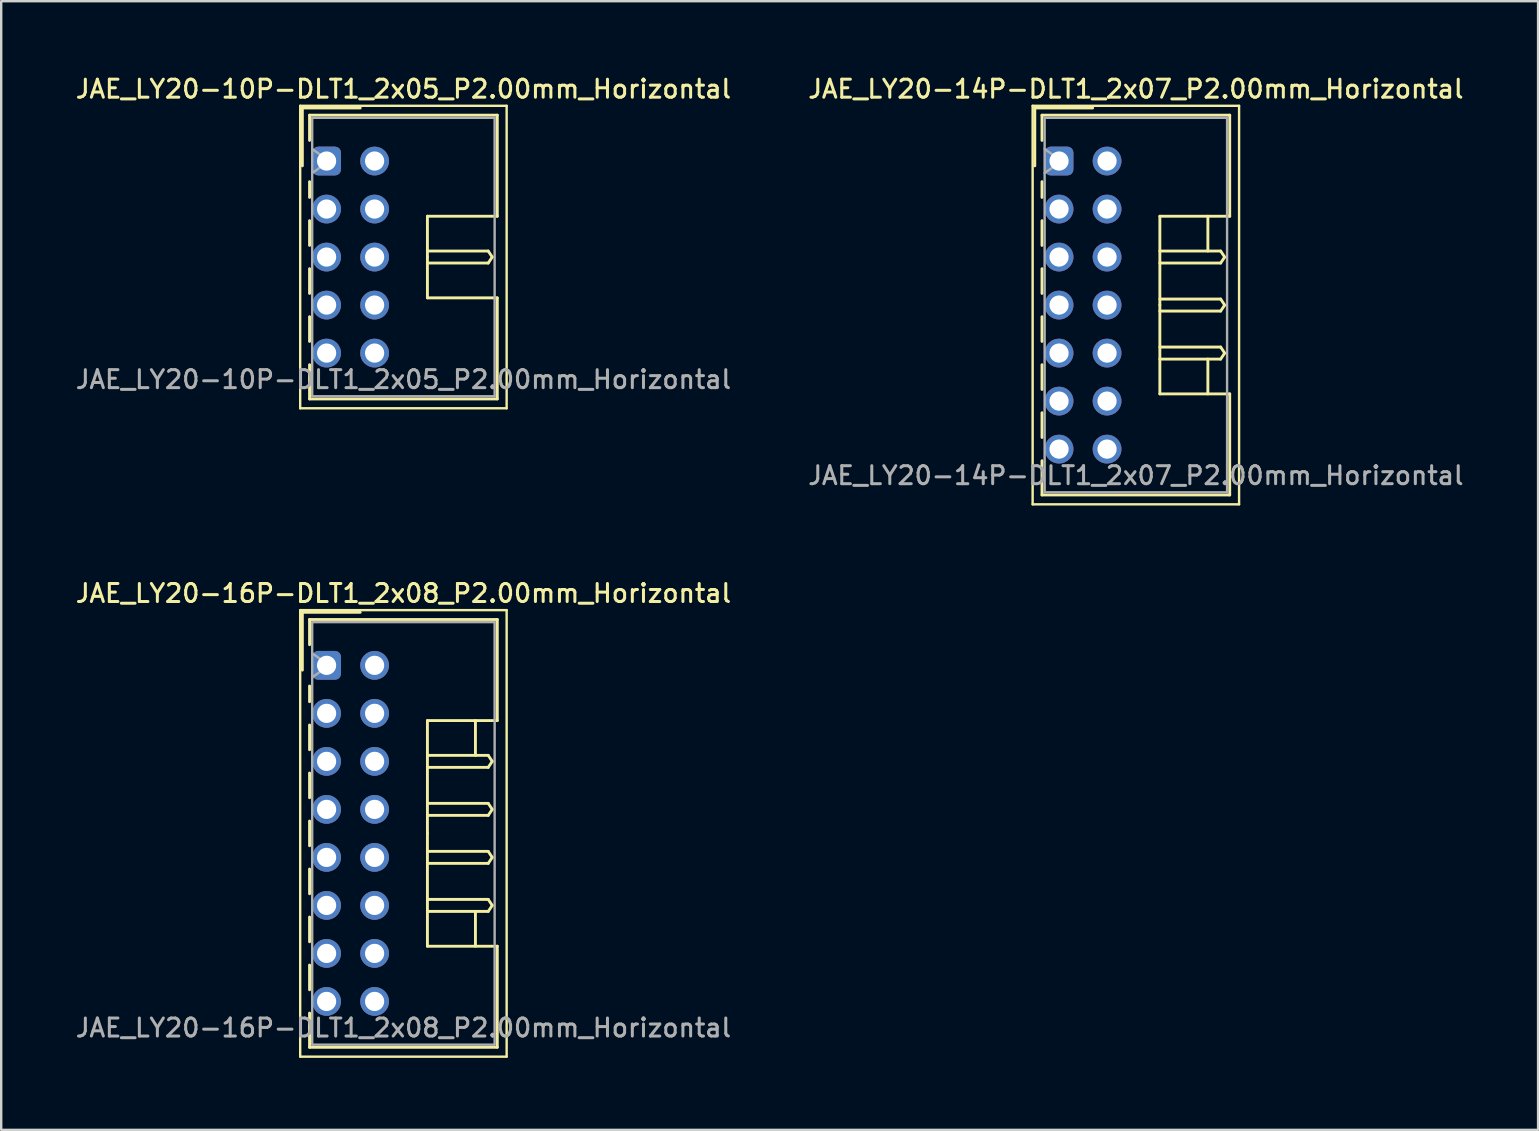
<source format=kicad_pcb>
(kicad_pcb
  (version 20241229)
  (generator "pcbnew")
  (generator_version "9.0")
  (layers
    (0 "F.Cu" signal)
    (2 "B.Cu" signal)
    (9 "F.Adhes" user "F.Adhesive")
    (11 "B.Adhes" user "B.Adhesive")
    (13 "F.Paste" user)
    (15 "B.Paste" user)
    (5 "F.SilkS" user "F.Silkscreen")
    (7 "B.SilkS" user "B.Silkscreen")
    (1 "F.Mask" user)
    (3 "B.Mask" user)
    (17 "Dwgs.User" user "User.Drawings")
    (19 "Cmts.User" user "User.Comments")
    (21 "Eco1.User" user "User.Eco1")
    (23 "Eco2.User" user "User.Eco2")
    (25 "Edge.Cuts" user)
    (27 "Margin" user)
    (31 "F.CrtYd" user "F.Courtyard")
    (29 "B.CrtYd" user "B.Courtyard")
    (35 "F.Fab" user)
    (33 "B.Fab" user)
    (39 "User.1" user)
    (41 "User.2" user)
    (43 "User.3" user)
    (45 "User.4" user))
  (footprint "JAE_LY20-10P-DLT1_2x05_P2.00mm_Horizontal"
    (layer "F.Cu")
    (at 10.555 3.658)
    (property "Reference" "JAE_LY20-10P-DLT1_2x05_P2.00mm_Horizontal" (at 3.2 -3 0) (layer "F.SilkS") (effects (font (size 0.75 0.75) (thickness 0.125))))
    (attr through_hole)
    (fp_line (start -1.1 -2.3) (end -1.1 10.3) (stroke (width 0.1) (type solid)) (layer "F.SilkS"))
    (fp_line (start -1.1 10.3) (end 7.5 10.3) (stroke (width 0.1) (type solid)) (layer "F.SilkS"))
    (fp_line (start -1.01 -2.21) (end -1.01 0.2) (stroke (width 0.12) (type solid)) (layer "F.SilkS"))
    (fp_line (start -0.71 -1.91) (end -0.71 -0.86) (stroke (width 0.12) (type solid)) (layer "F.SilkS"))
    (fp_line (start -0.71 -1.91) (end 7.11 -1.91) (stroke (width 0.12) (type solid)) (layer "F.SilkS"))
    (fp_line (start -0.71 0.86) (end -0.71 1.515) (stroke (width 0.12) (type solid)) (layer "F.SilkS"))
    (fp_line (start -0.71 2.485) (end -0.71 3.515) (stroke (width 0.12) (type solid)) (layer "F.SilkS"))
    (fp_line (start -0.71 4.485) (end -0.71 5.515) (stroke (width 0.12) (type solid)) (layer "F.SilkS"))
    (fp_line (start -0.71 6.485) (end -0.71 7.515) (stroke (width 0.12) (type solid)) (layer "F.SilkS"))
    (fp_line (start -0.71 8.485) (end -0.71 9.91) (stroke (width 0.12) (type solid)) (layer "F.SilkS"))
    (fp_line (start -0.71 9.91) (end 7.11 9.91) (stroke (width 0.12) (type solid)) (layer "F.SilkS"))
    (fp_line (start 1.4 -2.21) (end -1.01 -2.21) (stroke (width 0.12) (type solid)) (layer "F.SilkS"))
    (fp_line (start 4.2 2.3) (end 4.2 4) (stroke (width 0.12) (type solid)) (layer "F.SilkS"))
    (fp_line (start 4.2 3.75) (end 6.733 3.75) (stroke (width 0.12) (type solid)) (layer "F.SilkS"))
    (fp_line (start 4.2 5.7) (end 4.2 4) (stroke (width 0.12) (type solid)) (layer "F.SilkS"))
    (fp_line (start 6.733 3.75) (end 6.9 4) (stroke (width 0.12) (type solid)) (layer "F.SilkS"))
    (fp_line (start 6.733 4.25) (end 4.2 4.25) (stroke (width 0.12) (type solid)) (layer "F.SilkS"))
    (fp_line (start 6.9 4) (end 6.733 4.25) (stroke (width 0.12) (type solid)) (layer "F.SilkS"))
    (fp_line (start 7.11 -1.91) (end 7.11 2.3) (stroke (width 0.12) (type solid)) (layer "F.SilkS"))
    (fp_line (start 7.11 2.3) (end 4.2 2.3) (stroke (width 0.12) (type solid)) (layer "F.SilkS"))
    (fp_line (start 7.11 5.7) (end 4.2 5.7) (stroke (width 0.12) (type solid)) (layer "F.SilkS"))
    (fp_line (start 7.11 9.91) (end 7.11 5.7) (stroke (width 0.12) (type solid)) (layer "F.SilkS"))
    (fp_line (start 7.5 -2.3) (end -1.1 -2.3) (stroke (width 0.1) (type solid)) (layer "F.SilkS"))
    (fp_line (start 7.5 10.3) (end 7.5 -2.3) (stroke (width 0.1) (type solid)) (layer "F.SilkS"))
    (fp_line (start -0.6 -1.8) (end -0.6 9.8) (stroke (width 0.1) (type solid)) (layer "F.Fab"))
    (fp_line (start -0.6 0.5) (end 0.107 0) (stroke (width 0.1) (type solid)) (layer "F.Fab"))
    (fp_line (start -0.6 9.8) (end 7 9.8) (stroke (width 0.1) (type solid)) (layer "F.Fab"))
    (fp_line (start 0.107 0) (end -0.6 -0.5) (stroke (width 0.1) (type solid)) (layer "F.Fab"))
    (fp_line (start 7 -1.8) (end -0.6 -1.8) (stroke (width 0.1) (type solid)) (layer "F.Fab"))
    (fp_line (start 7 9.8) (end 7 -1.8) (stroke (width 0.1) (type solid)) (layer "F.Fab"))
    (fp_text user "${REFERENCE}" (at 3.2 9.1 0) (layer "F.Fab") (effects (font (size 0.75 0.75) (thickness 0.125))))
    (pad "a1" thru_hole roundrect (at 0 0) (size 1.2 1.2) (drill 0.8) (layers "*.Cu" "*.Mask") (roundrect_rratio 0.208))
    (pad "a2" thru_hole circle (at 0 2) (size 1.2 1.2) (drill 0.8) (layers "*.Cu" "*.Mask"))
    (pad "a3" thru_hole circle (at 0 4) (size 1.2 1.2) (drill 0.8) (layers "*.Cu" "*.Mask"))
    (pad "a4" thru_hole circle (at 0 6) (size 1.2 1.2) (drill 0.8) (layers "*.Cu" "*.Mask"))
    (pad "a5" thru_hole circle (at 0 8) (size 1.2 1.2) (drill 0.8) (layers "*.Cu" "*.Mask"))
    (pad "b1" thru_hole circle (at 2 0) (size 1.2 1.2) (drill 0.8) (layers "*.Cu" "*.Mask"))
    (pad "b2" thru_hole circle (at 2 2) (size 1.2 1.2) (drill 0.8) (layers "*.Cu" "*.Mask"))
    (pad "b3" thru_hole circle (at 2 4) (size 1.2 1.2) (drill 0.8) (layers "*.Cu" "*.Mask"))
    (pad "b4" thru_hole circle (at 2 6) (size 1.2 1.2) (drill 0.8) (layers "*.Cu" "*.Mask"))
    (pad "b5" thru_hole circle (at 2 8) (size 1.2 1.2) (drill 0.8) (layers "*.Cu" "*.Mask")))
  (footprint "JAE_LY20-16P-DLT1_2x08_P2.00mm_Horizontal"
    (layer "F.Cu")
    (at 10.555 24.666)
    (property "Reference" "JAE_LY20-16P-DLT1_2x08_P2.00mm_Horizontal" (at 3.2 -3 0) (layer "F.SilkS") (effects (font (size 0.75 0.75) (thickness 0.125))))
    (attr through_hole)
    (fp_line (start -1.1 -2.3) (end -1.1 16.3) (stroke (width 0.1) (type solid)) (layer "F.SilkS"))
    (fp_line (start -1.1 16.3) (end 7.5 16.3) (stroke (width 0.1) (type solid)) (layer "F.SilkS"))
    (fp_line (start -1.01 -2.21) (end -1.01 0.2) (stroke (width 0.12) (type solid)) (layer "F.SilkS"))
    (fp_line (start -0.71 -1.91) (end -0.71 -0.86) (stroke (width 0.12) (type solid)) (layer "F.SilkS"))
    (fp_line (start -0.71 -1.91) (end 7.11 -1.91) (stroke (width 0.12) (type solid)) (layer "F.SilkS"))
    (fp_line (start -0.71 0.86) (end -0.71 1.515) (stroke (width 0.12) (type solid)) (layer "F.SilkS"))
    (fp_line (start -0.71 2.485) (end -0.71 3.515) (stroke (width 0.12) (type solid)) (layer "F.SilkS"))
    (fp_line (start -0.71 4.485) (end -0.71 5.515) (stroke (width 0.12) (type solid)) (layer "F.SilkS"))
    (fp_line (start -0.71 6.485) (end -0.71 7.515) (stroke (width 0.12) (type solid)) (layer "F.SilkS"))
    (fp_line (start -0.71 8.485) (end -0.71 9.515) (stroke (width 0.12) (type solid)) (layer "F.SilkS"))
    (fp_line (start -0.71 10.485) (end -0.71 11.515) (stroke (width 0.12) (type solid)) (layer "F.SilkS"))
    (fp_line (start -0.71 12.485) (end -0.71 13.515) (stroke (width 0.12) (type solid)) (layer "F.SilkS"))
    (fp_line (start -0.71 14.485) (end -0.71 15.91) (stroke (width 0.12) (type solid)) (layer "F.SilkS"))
    (fp_line (start -0.71 15.91) (end 7.11 15.91) (stroke (width 0.12) (type solid)) (layer "F.SilkS"))
    (fp_line (start 1.4 -2.21) (end -1.01 -2.21) (stroke (width 0.12) (type solid)) (layer "F.SilkS"))
    (fp_line (start 4.2 2.3) (end 4.2 7) (stroke (width 0.12) (type solid)) (layer "F.SilkS"))
    (fp_line (start 4.2 3.75) (end 6.733 3.75) (stroke (width 0.12) (type solid)) (layer "F.SilkS"))
    (fp_line (start 4.2 5.75) (end 6.733 5.75) (stroke (width 0.12) (type solid)) (layer "F.SilkS"))
    (fp_line (start 4.2 7.75) (end 6.733 7.75) (stroke (width 0.12) (type solid)) (layer "F.SilkS"))
    (fp_line (start 4.2 9.75) (end 6.733 9.75) (stroke (width 0.12) (type solid)) (layer "F.SilkS"))
    (fp_line (start 4.2 11.7) (end 4.2 7) (stroke (width 0.12) (type solid)) (layer "F.SilkS"))
    (fp_line (start 6.2 2.3) (end 6.2 3.75) (stroke (width 0.12) (type solid)) (layer "F.SilkS"))
    (fp_line (start 6.2 11.7) (end 6.2 10.25) (stroke (width 0.12) (type solid)) (layer "F.SilkS"))
    (fp_line (start 6.733 3.75) (end 6.9 4) (stroke (width 0.12) (type solid)) (layer "F.SilkS"))
    (fp_line (start 6.733 4.25) (end 4.2 4.25) (stroke (width 0.12) (type solid)) (layer "F.SilkS"))
    (fp_line (start 6.733 5.75) (end 6.9 6) (stroke (width 0.12) (type solid)) (layer "F.SilkS"))
    (fp_line (start 6.733 6.25) (end 4.2 6.25) (stroke (width 0.12) (type solid)) (layer "F.SilkS"))
    (fp_line (start 6.733 7.75) (end 6.9 8) (stroke (width 0.12) (type solid)) (layer "F.SilkS"))
    (fp_line (start 6.733 8.25) (end 4.2 8.25) (stroke (width 0.12) (type solid)) (layer "F.SilkS"))
    (fp_line (start 6.733 9.75) (end 6.9 10) (stroke (width 0.12) (type solid)) (layer "F.SilkS"))
    (fp_line (start 6.733 10.25) (end 4.2 10.25) (stroke (width 0.12) (type solid)) (layer "F.SilkS"))
    (fp_line (start 6.9 4) (end 6.733 4.25) (stroke (width 0.12) (type solid)) (layer "F.SilkS"))
    (fp_line (start 6.9 6) (end 6.733 6.25) (stroke (width 0.12) (type solid)) (layer "F.SilkS"))
    (fp_line (start 6.9 8) (end 6.733 8.25) (stroke (width 0.12) (type solid)) (layer "F.SilkS"))
    (fp_line (start 6.9 10) (end 6.733 10.25) (stroke (width 0.12) (type solid)) (layer "F.SilkS"))
    (fp_line (start 7.11 -1.91) (end 7.11 2.3) (stroke (width 0.12) (type solid)) (layer "F.SilkS"))
    (fp_line (start 7.11 2.3) (end 4.2 2.3) (stroke (width 0.12) (type solid)) (layer "F.SilkS"))
    (fp_line (start 7.11 11.7) (end 4.2 11.7) (stroke (width 0.12) (type solid)) (layer "F.SilkS"))
    (fp_line (start 7.11 15.91) (end 7.11 11.7) (stroke (width 0.12) (type solid)) (layer "F.SilkS"))
    (fp_line (start 7.5 -2.3) (end -1.1 -2.3) (stroke (width 0.1) (type solid)) (layer "F.SilkS"))
    (fp_line (start 7.5 16.3) (end 7.5 -2.3) (stroke (width 0.1) (type solid)) (layer "F.SilkS"))
    (fp_line (start -0.6 -1.8) (end -0.6 15.8) (stroke (width 0.1) (type solid)) (layer "F.Fab"))
    (fp_line (start -0.6 0.5) (end 0.107 0) (stroke (width 0.1) (type solid)) (layer "F.Fab"))
    (fp_line (start -0.6 15.8) (end 7 15.8) (stroke (width 0.1) (type solid)) (layer "F.Fab"))
    (fp_line (start 0.107 0) (end -0.6 -0.5) (stroke (width 0.1) (type solid)) (layer "F.Fab"))
    (fp_line (start 7 -1.8) (end -0.6 -1.8) (stroke (width 0.1) (type solid)) (layer "F.Fab"))
    (fp_line (start 7 15.8) (end 7 -1.8) (stroke (width 0.1) (type solid)) (layer "F.Fab"))
    (fp_text user "${REFERENCE}" (at 3.2 15.1 0) (layer "F.Fab") (effects (font (size 0.75 0.75) (thickness 0.125))))
    (pad "a1" thru_hole roundrect (at 0 0) (size 1.2 1.2) (drill 0.8) (layers "*.Cu" "*.Mask") (roundrect_rratio 0.208))
    (pad "a2" thru_hole circle (at 0 2) (size 1.2 1.2) (drill 0.8) (layers "*.Cu" "*.Mask"))
    (pad "a3" thru_hole circle (at 0 4) (size 1.2 1.2) (drill 0.8) (layers "*.Cu" "*.Mask"))
    (pad "a4" thru_hole circle (at 0 6) (size 1.2 1.2) (drill 0.8) (layers "*.Cu" "*.Mask"))
    (pad "a5" thru_hole circle (at 0 8) (size 1.2 1.2) (drill 0.8) (layers "*.Cu" "*.Mask"))
    (pad "a6" thru_hole circle (at 0 10) (size 1.2 1.2) (drill 0.8) (layers "*.Cu" "*.Mask"))
    (pad "a7" thru_hole circle (at 0 12) (size 1.2 1.2) (drill 0.8) (layers "*.Cu" "*.Mask"))
    (pad "a8" thru_hole circle (at 0 14) (size 1.2 1.2) (drill 0.8) (layers "*.Cu" "*.Mask"))
    (pad "b1" thru_hole circle (at 2 0) (size 1.2 1.2) (drill 0.8) (layers "*.Cu" "*.Mask"))
    (pad "b2" thru_hole circle (at 2 2) (size 1.2 1.2) (drill 0.8) (layers "*.Cu" "*.Mask"))
    (pad "b3" thru_hole circle (at 2 4) (size 1.2 1.2) (drill 0.8) (layers "*.Cu" "*.Mask"))
    (pad "b4" thru_hole circle (at 2 6) (size 1.2 1.2) (drill 0.8) (layers "*.Cu" "*.Mask"))
    (pad "b5" thru_hole circle (at 2 8) (size 1.2 1.2) (drill 0.8) (layers "*.Cu" "*.Mask"))
    (pad "b6" thru_hole circle (at 2 10) (size 1.2 1.2) (drill 0.8) (layers "*.Cu" "*.Mask"))
    (pad "b7" thru_hole circle (at 2 12) (size 1.2 1.2) (drill 0.8) (layers "*.Cu" "*.Mask"))
    (pad "b8" thru_hole circle (at 2 14) (size 1.2 1.2) (drill 0.8) (layers "*.Cu" "*.Mask")))
  (footprint "JAE_LY20-14P-DLT1_2x07_P2.00mm_Horizontal"
    (layer "F.Cu")
    (at 41.066 3.658)
    (property "Reference" "JAE_LY20-14P-DLT1_2x07_P2.00mm_Horizontal" (at 3.2 -3 0) (layer "F.SilkS") (effects (font (size 0.75 0.75) (thickness 0.125))))
    (attr through_hole)
    (fp_line (start -1.1 -2.3) (end -1.1 14.3) (stroke (width 0.1) (type solid)) (layer "F.SilkS"))
    (fp_line (start -1.1 14.3) (end 7.5 14.3) (stroke (width 0.1) (type solid)) (layer "F.SilkS"))
    (fp_line (start -1.01 -2.21) (end -1.01 0.2) (stroke (width 0.12) (type solid)) (layer "F.SilkS"))
    (fp_line (start -0.71 -1.91) (end -0.71 -0.86) (stroke (width 0.12) (type solid)) (layer "F.SilkS"))
    (fp_line (start -0.71 -1.91) (end 7.11 -1.91) (stroke (width 0.12) (type solid)) (layer "F.SilkS"))
    (fp_line (start -0.71 0.86) (end -0.71 1.515) (stroke (width 0.12) (type solid)) (layer "F.SilkS"))
    (fp_line (start -0.71 2.485) (end -0.71 3.515) (stroke (width 0.12) (type solid)) (layer "F.SilkS"))
    (fp_line (start -0.71 4.485) (end -0.71 5.515) (stroke (width 0.12) (type solid)) (layer "F.SilkS"))
    (fp_line (start -0.71 6.485) (end -0.71 7.515) (stroke (width 0.12) (type solid)) (layer "F.SilkS"))
    (fp_line (start -0.71 8.485) (end -0.71 9.515) (stroke (width 0.12) (type solid)) (layer "F.SilkS"))
    (fp_line (start -0.71 10.485) (end -0.71 11.515) (stroke (width 0.12) (type solid)) (layer "F.SilkS"))
    (fp_line (start -0.71 12.485) (end -0.71 13.91) (stroke (width 0.12) (type solid)) (layer "F.SilkS"))
    (fp_line (start -0.71 13.91) (end 7.11 13.91) (stroke (width 0.12) (type solid)) (layer "F.SilkS"))
    (fp_line (start 1.4 -2.21) (end -1.01 -2.21) (stroke (width 0.12) (type solid)) (layer "F.SilkS"))
    (fp_line (start 4.2 2.3) (end 4.2 6) (stroke (width 0.12) (type solid)) (layer "F.SilkS"))
    (fp_line (start 4.2 3.75) (end 6.733 3.75) (stroke (width 0.12) (type solid)) (layer "F.SilkS"))
    (fp_line (start 4.2 5.75) (end 6.733 5.75) (stroke (width 0.12) (type solid)) (layer "F.SilkS"))
    (fp_line (start 4.2 7.75) (end 6.733 7.75) (stroke (width 0.12) (type solid)) (layer "F.SilkS"))
    (fp_line (start 4.2 9.7) (end 4.2 6) (stroke (width 0.12) (type solid)) (layer "F.SilkS"))
    (fp_line (start 6.2 2.3) (end 6.2 3.75) (stroke (width 0.12) (type solid)) (layer "F.SilkS"))
    (fp_line (start 6.2 9.7) (end 6.2 8.25) (stroke (width 0.12) (type solid)) (layer "F.SilkS"))
    (fp_line (start 6.733 3.75) (end 6.9 4) (stroke (width 0.12) (type solid)) (layer "F.SilkS"))
    (fp_line (start 6.733 4.25) (end 4.2 4.25) (stroke (width 0.12) (type solid)) (layer "F.SilkS"))
    (fp_line (start 6.733 5.75) (end 6.9 6) (stroke (width 0.12) (type solid)) (layer "F.SilkS"))
    (fp_line (start 6.733 6.25) (end 4.2 6.25) (stroke (width 0.12) (type solid)) (layer "F.SilkS"))
    (fp_line (start 6.733 7.75) (end 6.9 8) (stroke (width 0.12) (type solid)) (layer "F.SilkS"))
    (fp_line (start 6.733 8.25) (end 4.2 8.25) (stroke (width 0.12) (type solid)) (layer "F.SilkS"))
    (fp_line (start 6.9 4) (end 6.733 4.25) (stroke (width 0.12) (type solid)) (layer "F.SilkS"))
    (fp_line (start 6.9 6) (end 6.733 6.25) (stroke (width 0.12) (type solid)) (layer "F.SilkS"))
    (fp_line (start 6.9 8) (end 6.733 8.25) (stroke (width 0.12) (type solid)) (layer "F.SilkS"))
    (fp_line (start 7.11 -1.91) (end 7.11 2.3) (stroke (width 0.12) (type solid)) (layer "F.SilkS"))
    (fp_line (start 7.11 2.3) (end 4.2 2.3) (stroke (width 0.12) (type solid)) (layer "F.SilkS"))
    (fp_line (start 7.11 9.7) (end 4.2 9.7) (stroke (width 0.12) (type solid)) (layer "F.SilkS"))
    (fp_line (start 7.11 13.91) (end 7.11 9.7) (stroke (width 0.12) (type solid)) (layer "F.SilkS"))
    (fp_line (start 7.5 -2.3) (end -1.1 -2.3) (stroke (width 0.1) (type solid)) (layer "F.SilkS"))
    (fp_line (start 7.5 14.3) (end 7.5 -2.3) (stroke (width 0.1) (type solid)) (layer "F.SilkS"))
    (fp_line (start -0.6 -1.8) (end -0.6 13.8) (stroke (width 0.1) (type solid)) (layer "F.Fab"))
    (fp_line (start -0.6 0.5) (end 0.107 0) (stroke (width 0.1) (type solid)) (layer "F.Fab"))
    (fp_line (start -0.6 13.8) (end 7 13.8) (stroke (width 0.1) (type solid)) (layer "F.Fab"))
    (fp_line (start 0.107 0) (end -0.6 -0.5) (stroke (width 0.1) (type solid)) (layer "F.Fab"))
    (fp_line (start 7 -1.8) (end -0.6 -1.8) (stroke (width 0.1) (type solid)) (layer "F.Fab"))
    (fp_line (start 7 13.8) (end 7 -1.8) (stroke (width 0.1) (type solid)) (layer "F.Fab"))
    (fp_text user "${REFERENCE}" (at 3.2 13.1 0) (layer "F.Fab") (effects (font (size 0.75 0.75) (thickness 0.125))))
    (pad "a1" thru_hole roundrect (at 0 0) (size 1.2 1.2) (drill 0.8) (layers "*.Cu" "*.Mask") (roundrect_rratio 0.208))
    (pad "a2" thru_hole circle (at 0 2) (size 1.2 1.2) (drill 0.8) (layers "*.Cu" "*.Mask"))
    (pad "a3" thru_hole circle (at 0 4) (size 1.2 1.2) (drill 0.8) (layers "*.Cu" "*.Mask"))
    (pad "a4" thru_hole circle (at 0 6) (size 1.2 1.2) (drill 0.8) (layers "*.Cu" "*.Mask"))
    (pad "a5" thru_hole circle (at 0 8) (size 1.2 1.2) (drill 0.8) (layers "*.Cu" "*.Mask"))
    (pad "a6" thru_hole circle (at 0 10) (size 1.2 1.2) (drill 0.8) (layers "*.Cu" "*.Mask"))
    (pad "a7" thru_hole circle (at 0 12) (size 1.2 1.2) (drill 0.8) (layers "*.Cu" "*.Mask"))
    (pad "b1" thru_hole circle (at 2 0) (size 1.2 1.2) (drill 0.8) (layers "*.Cu" "*.Mask"))
    (pad "b2" thru_hole circle (at 2 2) (size 1.2 1.2) (drill 0.8) (layers "*.Cu" "*.Mask"))
    (pad "b3" thru_hole circle (at 2 4) (size 1.2 1.2) (drill 0.8) (layers "*.Cu" "*.Mask"))
    (pad "b4" thru_hole circle (at 2 6) (size 1.2 1.2) (drill 0.8) (layers "*.Cu" "*.Mask"))
    (pad "b5" thru_hole circle (at 2 8) (size 1.2 1.2) (drill 0.8) (layers "*.Cu" "*.Mask"))
    (pad "b6" thru_hole circle (at 2 10) (size 1.2 1.2) (drill 0.8) (layers "*.Cu" "*.Mask"))
    (pad "b7" thru_hole circle (at 2 12) (size 1.2 1.2) (drill 0.8) (layers "*.Cu" "*.Mask")))
  (gr_rect
    (start -3 -3)
    (end 61.021 44.016)
    (stroke (width 0.1) (type default))
    (fill no)
    (layer "Edge.Cuts")))
</source>
